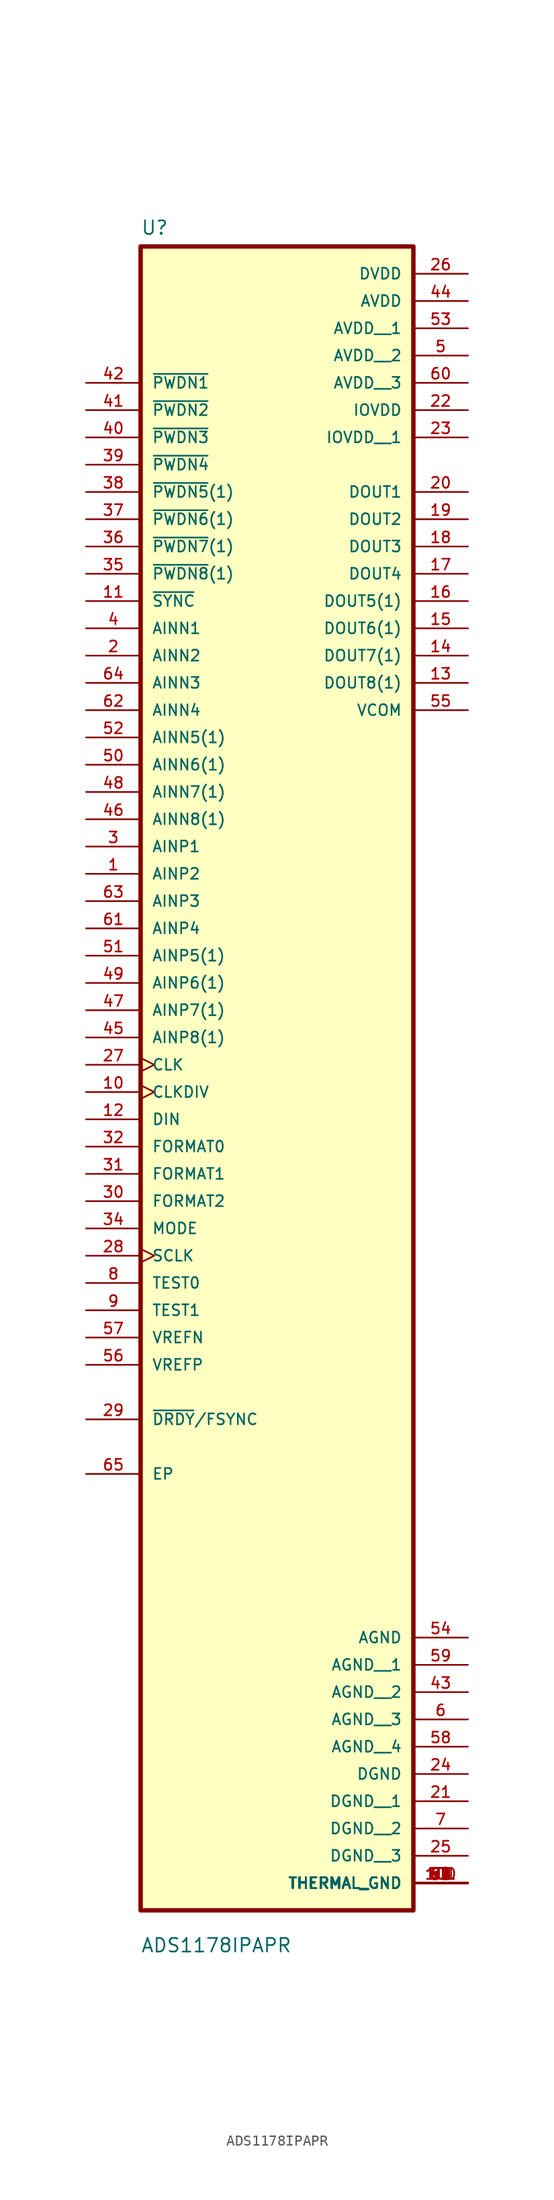
<source format=kicad_sym>
(kicad_symbol_lib
  (version 20231120)
  (generator "kicad_symbol_editor")
  (generator_version "8.0")
  (symbol "ADS1178IPAPR"
    (pin_names
      (offset 1.016))
    (property "Reference" "U"
      (at -12.7 64.5 0)
      (effects (font (size 1.27 1.27)) (justify left bottom)))
    (property "Value" "ADS1178IPAPR"
      (at -12.7 -95.44 0)
      (effects (font (size 1.27 1.27)) (justify left bottom)))
    (symbol "ADS1178IPAPR_0_0"
      (rectangle (start -12.7 -91.44) (end 12.7 63.5) (stroke (width 0.41) (type default)) (fill (type background)))
      (pin input line (at -17.78 5.08 0) (length 5.08) (name "AINP2" (effects (font (size 1.016 1.016)))) (number "1" (effects (font (size 1.016 1.016)))))
      (pin input clock (at -17.78 -15.24 0) (length 5.08) (name "CLKDIV" (effects (font (size 1.016 1.016)))) (number "10" (effects (font (size 1.016 1.016)))))
      (pin power_in line (at 17.78 -88.9 180) (length 5.08) (name "THERMAL_GND" (effects (font (size 1.016 1.016)))) (number "100" (effects (font (size 1.016 1.016)))))
      (pin power_in line (at 17.78 -88.9 180) (length 5.08) (name "THERMAL_GND" (effects (font (size 1.016 1.016)))) (number "101" (effects (font (size 1.016 1.016)))))
      (pin input line (at -17.78 30.48 0) (length 5.08) (name "~{SYNC}" (effects (font (size 1.016 1.016)))) (number "11" (effects (font (size 1.016 1.016)))))
      (pin input line (at -17.78 -17.78 0) (length 5.08) (name "DIN" (effects (font (size 1.016 1.016)))) (number "12" (effects (font (size 1.016 1.016)))))
      (pin output line (at 17.78 22.86 180) (length 5.08) (name "DOUT8(1)" (effects (font (size 1.016 1.016)))) (number "13" (effects (font (size 1.016 1.016)))))
      (pin output line (at 17.78 25.4 180) (length 5.08) (name "DOUT7(1)" (effects (font (size 1.016 1.016)))) (number "14" (effects (font (size 1.016 1.016)))))
      (pin output line (at 17.78 27.94 180) (length 5.08) (name "DOUT6(1)" (effects (font (size 1.016 1.016)))) (number "15" (effects (font (size 1.016 1.016)))))
      (pin output line (at 17.78 30.48 180) (length 5.08) (name "DOUT5(1)" (effects (font (size 1.016 1.016)))) (number "16" (effects (font (size 1.016 1.016)))))
      (pin output line (at 17.78 33.02 180) (length 5.08) (name "DOUT4" (effects (font (size 1.016 1.016)))) (number "17" (effects (font (size 1.016 1.016)))))
      (pin output line (at 17.78 35.56 180) (length 5.08) (name "DOUT3" (effects (font (size 1.016 1.016)))) (number "18" (effects (font (size 1.016 1.016)))))
      (pin output line (at 17.78 38.1 180) (length 5.08) (name "DOUT2" (effects (font (size 1.016 1.016)))) (number "19" (effects (font (size 1.016 1.016)))))
      (pin input line (at -17.78 25.4 0) (length 5.08) (name "AINN2" (effects (font (size 1.016 1.016)))) (number "2" (effects (font (size 1.016 1.016)))))
      (pin output line (at 17.78 40.64 180) (length 5.08) (name "DOUT1" (effects (font (size 1.016 1.016)))) (number "20" (effects (font (size 1.016 1.016)))))
      (pin power_in line (at 17.78 -81.28 180) (length 5.08) (name "DGND__1" (effects (font (size 1.016 1.016)))) (number "21" (effects (font (size 1.016 1.016)))))
      (pin power_in line (at 17.78 48.26 180) (length 5.08) (name "IOVDD" (effects (font (size 1.016 1.016)))) (number "22" (effects (font (size 1.016 1.016)))))
      (pin power_in line (at 17.78 45.72 180) (length 5.08) (name "IOVDD__1" (effects (font (size 1.016 1.016)))) (number "23" (effects (font (size 1.016 1.016)))))
      (pin power_in line (at 17.78 -78.74 180) (length 5.08) (name "DGND" (effects (font (size 1.016 1.016)))) (number "24" (effects (font (size 1.016 1.016)))))
      (pin power_in line (at 17.78 -86.36 180) (length 5.08) (name "DGND__3" (effects (font (size 1.016 1.016)))) (number "25" (effects (font (size 1.016 1.016)))))
      (pin power_in line (at 17.78 60.96 180) (length 5.08) (name "DVDD" (effects (font (size 1.016 1.016)))) (number "26" (effects (font (size 1.016 1.016)))))
      (pin input clock (at -17.78 -12.7 0) (length 5.08) (name "CLK" (effects (font (size 1.016 1.016)))) (number "27" (effects (font (size 1.016 1.016)))))
      (pin input clock (at -17.78 -30.48 0) (length 5.08) (name "SCLK" (effects (font (size 1.016 1.016)))) (number "28" (effects (font (size 1.016 1.016)))))
      (pin bidirectional line (at -17.78 -45.72 0) (length 5.08) (name "~{DRDY}/FSYNC" (effects (font (size 1.016 1.016)))) (number "29" (effects (font (size 1.016 1.016)))))
      (pin input line (at -17.78 7.62 0) (length 5.08) (name "AINP1" (effects (font (size 1.016 1.016)))) (number "3" (effects (font (size 1.016 1.016)))))
      (pin input line (at -17.78 -25.4 0) (length 5.08) (name "FORMAT2" (effects (font (size 1.016 1.016)))) (number "30" (effects (font (size 1.016 1.016)))))
      (pin input line (at -17.78 -22.86 0) (length 5.08) (name "FORMAT1" (effects (font (size 1.016 1.016)))) (number "31" (effects (font (size 1.016 1.016)))))
      (pin input line (at -17.78 -20.32 0) (length 5.08) (name "FORMAT0" (effects (font (size 1.016 1.016)))) (number "32" (effects (font (size 1.016 1.016)))))
      (pin input line (at -17.78 -27.94 0) (length 5.08) (name "MODE" (effects (font (size 1.016 1.016)))) (number "34" (effects (font (size 1.016 1.016)))))
      (pin input line (at -17.78 33.02 0) (length 5.08) (name "~{PWDN8}(1)" (effects (font (size 1.016 1.016)))) (number "35" (effects (font (size 1.016 1.016)))))
      (pin input line (at -17.78 35.56 0) (length 5.08) (name "~{PWDN7}(1)" (effects (font (size 1.016 1.016)))) (number "36" (effects (font (size 1.016 1.016)))))
      (pin input line (at -17.78 38.1 0) (length 5.08) (name "~{PWDN6}(1)" (effects (font (size 1.016 1.016)))) (number "37" (effects (font (size 1.016 1.016)))))
      (pin input line (at -17.78 40.64 0) (length 5.08) (name "~{PWDN5}(1)" (effects (font (size 1.016 1.016)))) (number "38" (effects (font (size 1.016 1.016)))))
      (pin input line (at -17.78 43.18 0) (length 5.08) (name "~{PWDN4}" (effects (font (size 1.016 1.016)))) (number "39" (effects (font (size 1.016 1.016)))))
      (pin input line (at -17.78 27.94 0) (length 5.08) (name "AINN1" (effects (font (size 1.016 1.016)))) (number "4" (effects (font (size 1.016 1.016)))))
      (pin input line (at -17.78 45.72 0) (length 5.08) (name "~{PWDN3}" (effects (font (size 1.016 1.016)))) (number "40" (effects (font (size 1.016 1.016)))))
      (pin input line (at -17.78 48.26 0) (length 5.08) (name "~{PWDN2}" (effects (font (size 1.016 1.016)))) (number "41" (effects (font (size 1.016 1.016)))))
      (pin input line (at -17.78 50.8 0) (length 5.08) (name "~{PWDN1}" (effects (font (size 1.016 1.016)))) (number "42" (effects (font (size 1.016 1.016)))))
      (pin power_in line (at 17.78 -71.12 180) (length 5.08) (name "AGND__2" (effects (font (size 1.016 1.016)))) (number "43" (effects (font (size 1.016 1.016)))))
      (pin power_in line (at 17.78 58.42 180) (length 5.08) (name "AVDD" (effects (font (size 1.016 1.016)))) (number "44" (effects (font (size 1.016 1.016)))))
      (pin input line (at -17.78 -10.16 0) (length 5.08) (name "AINP8(1)" (effects (font (size 1.016 1.016)))) (number "45" (effects (font (size 1.016 1.016)))))
      (pin input line (at -17.78 10.16 0) (length 5.08) (name "AINN8(1)" (effects (font (size 1.016 1.016)))) (number "46" (effects (font (size 1.016 1.016)))))
      (pin input line (at -17.78 -7.62 0) (length 5.08) (name "AINP7(1)" (effects (font (size 1.016 1.016)))) (number "47" (effects (font (size 1.016 1.016)))))
      (pin input line (at -17.78 12.7 0) (length 5.08) (name "AINN7(1)" (effects (font (size 1.016 1.016)))) (number "48" (effects (font (size 1.016 1.016)))))
      (pin input line (at -17.78 -5.08 0) (length 5.08) (name "AINP6(1)" (effects (font (size 1.016 1.016)))) (number "49" (effects (font (size 1.016 1.016)))))
      (pin power_in line (at 17.78 53.34 180) (length 5.08) (name "AVDD__2" (effects (font (size 1.016 1.016)))) (number "5" (effects (font (size 1.016 1.016)))))
      (pin input line (at -17.78 15.24 0) (length 5.08) (name "AINN6(1)" (effects (font (size 1.016 1.016)))) (number "50" (effects (font (size 1.016 1.016)))))
      (pin input line (at -17.78 -2.54 0) (length 5.08) (name "AINP5(1)" (effects (font (size 1.016 1.016)))) (number "51" (effects (font (size 1.016 1.016)))))
      (pin input line (at -17.78 17.78 0) (length 5.08) (name "AINN5(1)" (effects (font (size 1.016 1.016)))) (number "52" (effects (font (size 1.016 1.016)))))
      (pin power_in line (at 17.78 55.88 180) (length 5.08) (name "AVDD__1" (effects (font (size 1.016 1.016)))) (number "53" (effects (font (size 1.016 1.016)))))
      (pin power_in line (at 17.78 -66.04 180) (length 5.08) (name "AGND" (effects (font (size 1.016 1.016)))) (number "54" (effects (font (size 1.016 1.016)))))
      (pin output line (at 17.78 20.32 180) (length 5.08) (name "VCOM" (effects (font (size 1.016 1.016)))) (number "55" (effects (font (size 1.016 1.016)))))
      (pin input line (at -17.78 -40.64 0) (length 5.08) (name "VREFP" (effects (font (size 1.016 1.016)))) (number "56" (effects (font (size 1.016 1.016)))))
      (pin input line (at -17.78 -38.1 0) (length 5.08) (name "VREFN" (effects (font (size 1.016 1.016)))) (number "57" (effects (font (size 1.016 1.016)))))
      (pin power_in line (at 17.78 -76.2 180) (length 5.08) (name "AGND__4" (effects (font (size 1.016 1.016)))) (number "58" (effects (font (size 1.016 1.016)))))
      (pin power_in line (at 17.78 -68.58 180) (length 5.08) (name "AGND__1" (effects (font (size 1.016 1.016)))) (number "59" (effects (font (size 1.016 1.016)))))
      (pin power_in line (at 17.78 -73.66 180) (length 5.08) (name "AGND__3" (effects (font (size 1.016 1.016)))) (number "6" (effects (font (size 1.016 1.016)))))
      (pin power_in line (at 17.78 50.8 180) (length 5.08) (name "AVDD__3" (effects (font (size 1.016 1.016)))) (number "60" (effects (font (size 1.016 1.016)))))
      (pin input line (at -17.78 0 0) (length 5.08) (name "AINP4" (effects (font (size 1.016 1.016)))) (number "61" (effects (font (size 1.016 1.016)))))
      (pin input line (at -17.78 20.32 0) (length 5.08) (name "AINN4" (effects (font (size 1.016 1.016)))) (number "62" (effects (font (size 1.016 1.016)))))
      (pin input line (at -17.78 2.54 0) (length 5.08) (name "AINP3" (effects (font (size 1.016 1.016)))) (number "63" (effects (font (size 1.016 1.016)))))
      (pin input line (at -17.78 22.86 0) (length 5.08) (name "AINN3" (effects (font (size 1.016 1.016)))) (number "64" (effects (font (size 1.016 1.016)))))
      (pin bidirectional line (at -17.78 -50.8 0) (length 5.08) (name "EP" (effects (font (size 1.016 1.016)))) (number "65" (effects (font (size 1.016 1.016)))))
      (pin power_in line (at 17.78 -88.9 180) (length 5.08) (name "THERMAL_GND" (effects (font (size 1.016 1.016)))) (number "66" (effects (font (size 1.016 1.016)))))
      (pin power_in line (at 17.78 -88.9 180) (length 5.08) (name "THERMAL_GND" (effects (font (size 1.016 1.016)))) (number "67" (effects (font (size 1.016 1.016)))))
      (pin power_in line (at 17.78 -88.9 180) (length 5.08) (name "THERMAL_GND" (effects (font (size 1.016 1.016)))) (number "68" (effects (font (size 1.016 1.016)))))
      (pin power_in line (at 17.78 -88.9 180) (length 5.08) (name "THERMAL_GND" (effects (font (size 1.016 1.016)))) (number "69" (effects (font (size 1.016 1.016)))))
      (pin power_in line (at 17.78 -83.82 180) (length 5.08) (name "DGND__2" (effects (font (size 1.016 1.016)))) (number "7" (effects (font (size 1.016 1.016)))))
      (pin power_in line (at 17.78 -88.9 180) (length 5.08) (name "THERMAL_GND" (effects (font (size 1.016 1.016)))) (number "70" (effects (font (size 1.016 1.016)))))
      (pin power_in line (at 17.78 -88.9 180) (length 5.08) (name "THERMAL_GND" (effects (font (size 1.016 1.016)))) (number "71" (effects (font (size 1.016 1.016)))))
      (pin power_in line (at 17.78 -88.9 180) (length 5.08) (name "THERMAL_GND" (effects (font (size 1.016 1.016)))) (number "72" (effects (font (size 1.016 1.016)))))
      (pin power_in line (at 17.78 -88.9 180) (length 5.08) (name "THERMAL_GND" (effects (font (size 1.016 1.016)))) (number "73" (effects (font (size 1.016 1.016)))))
      (pin power_in line (at 17.78 -88.9 180) (length 5.08) (name "THERMAL_GND" (effects (font (size 1.016 1.016)))) (number "74" (effects (font (size 1.016 1.016)))))
      (pin power_in line (at 17.78 -88.9 180) (length 5.08) (name "THERMAL_GND" (effects (font (size 1.016 1.016)))) (number "75" (effects (font (size 1.016 1.016)))))
      (pin power_in line (at 17.78 -88.9 180) (length 5.08) (name "THERMAL_GND" (effects (font (size 1.016 1.016)))) (number "76" (effects (font (size 1.016 1.016)))))
      (pin power_in line (at 17.78 -88.9 180) (length 5.08) (name "THERMAL_GND" (effects (font (size 1.016 1.016)))) (number "77" (effects (font (size 1.016 1.016)))))
      (pin power_in line (at 17.78 -88.9 180) (length 5.08) (name "THERMAL_GND" (effects (font (size 1.016 1.016)))) (number "78" (effects (font (size 1.016 1.016)))))
      (pin power_in line (at 17.78 -88.9 180) (length 5.08) (name "THERMAL_GND" (effects (font (size 1.016 1.016)))) (number "79" (effects (font (size 1.016 1.016)))))
      (pin input line (at -17.78 -33.02 0) (length 5.08) (name "TEST0" (effects (font (size 1.016 1.016)))) (number "8" (effects (font (size 1.016 1.016)))))
      (pin power_in line (at 17.78 -88.9 180) (length 5.08) (name "THERMAL_GND" (effects (font (size 1.016 1.016)))) (number "80" (effects (font (size 1.016 1.016)))))
      (pin power_in line (at 17.78 -88.9 180) (length 5.08) (name "THERMAL_GND" (effects (font (size 1.016 1.016)))) (number "81" (effects (font (size 1.016 1.016)))))
      (pin power_in line (at 17.78 -88.9 180) (length 5.08) (name "THERMAL_GND" (effects (font (size 1.016 1.016)))) (number "82" (effects (font (size 1.016 1.016)))))
      (pin power_in line (at 17.78 -88.9 180) (length 5.08) (name "THERMAL_GND" (effects (font (size 1.016 1.016)))) (number "83" (effects (font (size 1.016 1.016)))))
      (pin power_in line (at 17.78 -88.9 180) (length 5.08) (name "THERMAL_GND" (effects (font (size 1.016 1.016)))) (number "84" (effects (font (size 1.016 1.016)))))
      (pin power_in line (at 17.78 -88.9 180) (length 5.08) (name "THERMAL_GND" (effects (font (size 1.016 1.016)))) (number "85" (effects (font (size 1.016 1.016)))))
      (pin power_in line (at 17.78 -88.9 180) (length 5.08) (name "THERMAL_GND" (effects (font (size 1.016 1.016)))) (number "86" (effects (font (size 1.016 1.016)))))
      (pin power_in line (at 17.78 -88.9 180) (length 5.08) (name "THERMAL_GND" (effects (font (size 1.016 1.016)))) (number "87" (effects (font (size 1.016 1.016)))))
      (pin power_in line (at 17.78 -88.9 180) (length 5.08) (name "THERMAL_GND" (effects (font (size 1.016 1.016)))) (number "88" (effects (font (size 1.016 1.016)))))
      (pin power_in line (at 17.78 -88.9 180) (length 5.08) (name "THERMAL_GND" (effects (font (size 1.016 1.016)))) (number "89" (effects (font (size 1.016 1.016)))))
      (pin input line (at -17.78 -35.56 0) (length 5.08) (name "TEST1" (effects (font (size 1.016 1.016)))) (number "9" (effects (font (size 1.016 1.016)))))
      (pin power_in line (at 17.78 -88.9 180) (length 5.08) (name "THERMAL_GND" (effects (font (size 1.016 1.016)))) (number "90" (effects (font (size 1.016 1.016)))))
      (pin power_in line (at 17.78 -88.9 180) (length 5.08) (name "THERMAL_GND" (effects (font (size 1.016 1.016)))) (number "91" (effects (font (size 1.016 1.016)))))
      (pin power_in line (at 17.78 -88.9 180) (length 5.08) (name "THERMAL_GND" (effects (font (size 1.016 1.016)))) (number "92" (effects (font (size 1.016 1.016)))))
      (pin power_in line (at 17.78 -88.9 180) (length 5.08) (name "THERMAL_GND" (effects (font (size 1.016 1.016)))) (number "93" (effects (font (size 1.016 1.016)))))
      (pin power_in line (at 17.78 -88.9 180) (length 5.08) (name "THERMAL_GND" (effects (font (size 1.016 1.016)))) (number "94" (effects (font (size 1.016 1.016)))))
      (pin power_in line (at 17.78 -88.9 180) (length 5.08) (name "THERMAL_GND" (effects (font (size 1.016 1.016)))) (number "95" (effects (font (size 1.016 1.016)))))
      (pin power_in line (at 17.78 -88.9 180) (length 5.08) (name "THERMAL_GND" (effects (font (size 1.016 1.016)))) (number "96" (effects (font (size 1.016 1.016)))))
      (pin power_in line (at 17.78 -88.9 180) (length 5.08) (name "THERMAL_GND" (effects (font (size 1.016 1.016)))) (number "97" (effects (font (size 1.016 1.016)))))
      (pin power_in line (at 17.78 -88.9 180) (length 5.08) (name "THERMAL_GND" (effects (font (size 1.016 1.016)))) (number "98" (effects (font (size 1.016 1.016)))))
      (pin power_in line (at 17.78 -88.9 180) (length 5.08) (name "THERMAL_GND" (effects (font (size 1.016 1.016)))) (number "99" (effects (font (size 1.016 1.016)))))
      (pin power_in line (at 17.78 -88.9 180) (length 5.08) (name "THERMAL_GND" (effects (font (size 1.016 1.016)))) (number "99" (effects (font (size 1.016 1.016))))))))
</source>
